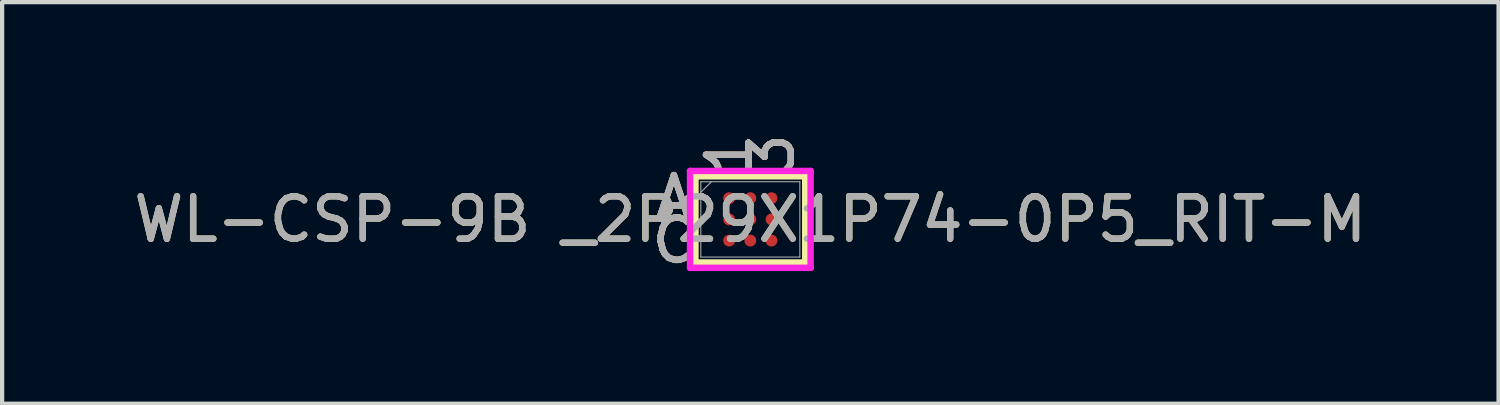
<source format=kicad_pcb>
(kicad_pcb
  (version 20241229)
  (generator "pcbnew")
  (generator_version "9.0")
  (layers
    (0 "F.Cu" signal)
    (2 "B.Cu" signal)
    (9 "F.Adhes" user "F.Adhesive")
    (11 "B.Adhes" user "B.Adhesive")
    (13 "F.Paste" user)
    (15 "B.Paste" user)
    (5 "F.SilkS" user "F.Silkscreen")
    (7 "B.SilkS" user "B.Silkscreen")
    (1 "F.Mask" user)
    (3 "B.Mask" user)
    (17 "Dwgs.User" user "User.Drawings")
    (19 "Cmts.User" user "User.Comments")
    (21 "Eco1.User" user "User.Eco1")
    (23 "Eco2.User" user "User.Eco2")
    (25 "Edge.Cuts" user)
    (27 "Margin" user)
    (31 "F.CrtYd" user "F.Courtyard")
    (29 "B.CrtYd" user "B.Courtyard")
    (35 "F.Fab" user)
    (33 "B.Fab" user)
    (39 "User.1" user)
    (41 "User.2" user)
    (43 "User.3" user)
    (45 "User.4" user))
  (footprint "WL-CSP-9B _2P29X1P74-0P5_RIT-M"
    (layer "F.Cu")
    (at 14.649 2.125)
    (property "Reference" "WL-CSP-9B _2P29X1P74-0P5_RIT-M" (at 0 0 0) (unlocked yes) (layer "F.SilkS") (effects (font (size 1 1) (thickness 0.15))))
    (attr smd)
    (fp_line (start -1.295 -1.016) (end -1.295 1.016) (stroke (width 0.152) (type solid)) (layer "F.SilkS"))
    (fp_line (start -1.295 1.016) (end 1.295 1.016) (stroke (width 0.152) (type solid)) (layer "F.SilkS"))
    (fp_line (start 1.295 -1.016) (end -1.295 -1.016) (stroke (width 0.152) (type solid)) (layer "F.SilkS"))
    (fp_line (start 1.295 1.016) (end 1.295 -1.016) (stroke (width 0.152) (type solid)) (layer "F.SilkS"))
    (fp_poly (pts (xy -1.194 -1.194) (xy 1.194 -1.194) (xy 1.194 1.194) (xy -1.194 1.194)) (stroke (width 0.1) (type solid)) (fill no) (layer "Eco2.User"))
    (fp_line (start -1.422 -1.143) (end 1.422 -1.143) (stroke (width 0.152) (type solid)) (layer "F.CrtYd"))
    (fp_line (start -1.422 1.143) (end -1.422 -1.143) (stroke (width 0.152) (type solid)) (layer "F.CrtYd"))
    (fp_line (start 1.422 -1.143) (end 1.422 1.143) (stroke (width 0.152) (type solid)) (layer "F.CrtYd"))
    (fp_line (start 1.422 1.143) (end -1.422 1.143) (stroke (width 0.152) (type solid)) (layer "F.CrtYd"))
    (fp_line (start -1.168 -0.889) (end -1.168 0.889) (stroke (width 0.025) (type solid)) (layer "F.Fab"))
    (fp_line (start -1.168 0.889) (end 1.168 0.889) (stroke (width 0.025) (type solid)) (layer "F.Fab"))
    (fp_line (start -0.918 -0.889) (end -1.168 -0.639) (stroke (width 0.025) (type solid)) (layer "F.Fab"))
    (fp_line (start 1.168 -0.889) (end -1.168 -0.889) (stroke (width 0.025) (type solid)) (layer "F.Fab"))
    (fp_line (start 1.168 0.889) (end 1.168 -0.889) (stroke (width 0.025) (type solid)) (layer "F.Fab"))
    (fp_text user "3" (at 0.5 -1.524 90) (unlocked yes) (layer "F.SilkS") (effects (font (size 1 1) (thickness 0.15))))
    (fp_text user "A" (at -1.803 -0.5 0) (unlocked yes) (layer "F.SilkS") (effects (font (size 1 1) (thickness 0.15))))
    (fp_text user "1" (at -0.5 -1.524 90) (unlocked yes) (layer "F.SilkS") (effects (font (size 1 1) (thickness 0.15))))
    (fp_text user "C" (at -1.803 0.5 0) (unlocked yes) (layer "F.SilkS") (effects (font (size 1 1) (thickness 0.15))))
    (fp_text user "1" (at -0.5 -1.524 90) (unlocked yes) (layer "B.SilkS") (effects (font (size 1 1) (thickness 0.15))))
    (fp_text user "A" (at -1.803 -0.5 0) (unlocked yes) (layer "B.SilkS") (effects (font (size 1 1) (thickness 0.15))))
    (fp_text user "C" (at -1.803 0.5 0) (unlocked yes) (layer "B.SilkS") (effects (font (size 1 1) (thickness 0.15))))
    (fp_text user "3" (at 0.5 -1.524 90) (unlocked yes) (layer "B.SilkS") (effects (font (size 1 1) (thickness 0.15))))
    (fp_text user "1" (at -0.5 -1.524 90) (unlocked yes) (layer "F.Fab") (effects (font (size 1 1) (thickness 0.15))))
    (fp_text user "3" (at 0.5 -1.524 90) (unlocked yes) (layer "F.Fab") (effects (font (size 1 1) (thickness 0.15))))
    (fp_text user "C" (at -1.803 0.5 0) (unlocked yes) (layer "F.Fab") (effects (font (size 1 1) (thickness 0.15))))
    (fp_text user "${REFERENCE}" (at 0 0 0) (unlocked yes) (layer "F.Fab") (effects (font (size 1 1) (thickness 0.15))))
    (fp_text user "A" (at -1.803 -0.5 0) (unlocked yes) (layer "F.Fab") (effects (font (size 1 1) (thickness 0.15))))
    (pad "A1" smd circle (at -0.5 -0.5) (size 0.279 0.279) (layers "F.Cu" "F.Mask" "F.Paste"))
    (pad "A2" smd circle (at 0 -0.5) (size 0.279 0.279) (layers "F.Cu" "F.Mask" "F.Paste"))
    (pad "A3" smd circle (at 0.5 -0.5) (size 0.279 0.279) (layers "F.Cu" "F.Mask" "F.Paste"))
    (pad "B1" smd circle (at -0.5 0) (size 0.279 0.279) (layers "F.Cu" "F.Mask" "F.Paste"))
    (pad "B2" smd circle (at 0 0) (size 0.279 0.279) (layers "F.Cu" "F.Mask" "F.Paste"))
    (pad "B3" smd circle (at 0.5 0) (size 0.279 0.279) (layers "F.Cu" "F.Mask" "F.Paste"))
    (pad "C1" smd circle (at -0.5 0.5) (size 0.279 0.279) (layers "F.Cu" "F.Mask" "F.Paste"))
    (pad "C2" smd circle (at 0 0.5) (size 0.279 0.279) (layers "F.Cu" "F.Mask" "F.Paste"))
    (pad "C3" smd circle (at 0.5 0.5) (size 0.279 0.279) (layers "F.Cu" "F.Mask" "F.Paste")))
  (gr_rect
    (start -3 -3)
    (end 32.298 6.473)
    (stroke (width 0.1) (type default))
    (fill no)
    (layer "Edge.Cuts")))
</source>
